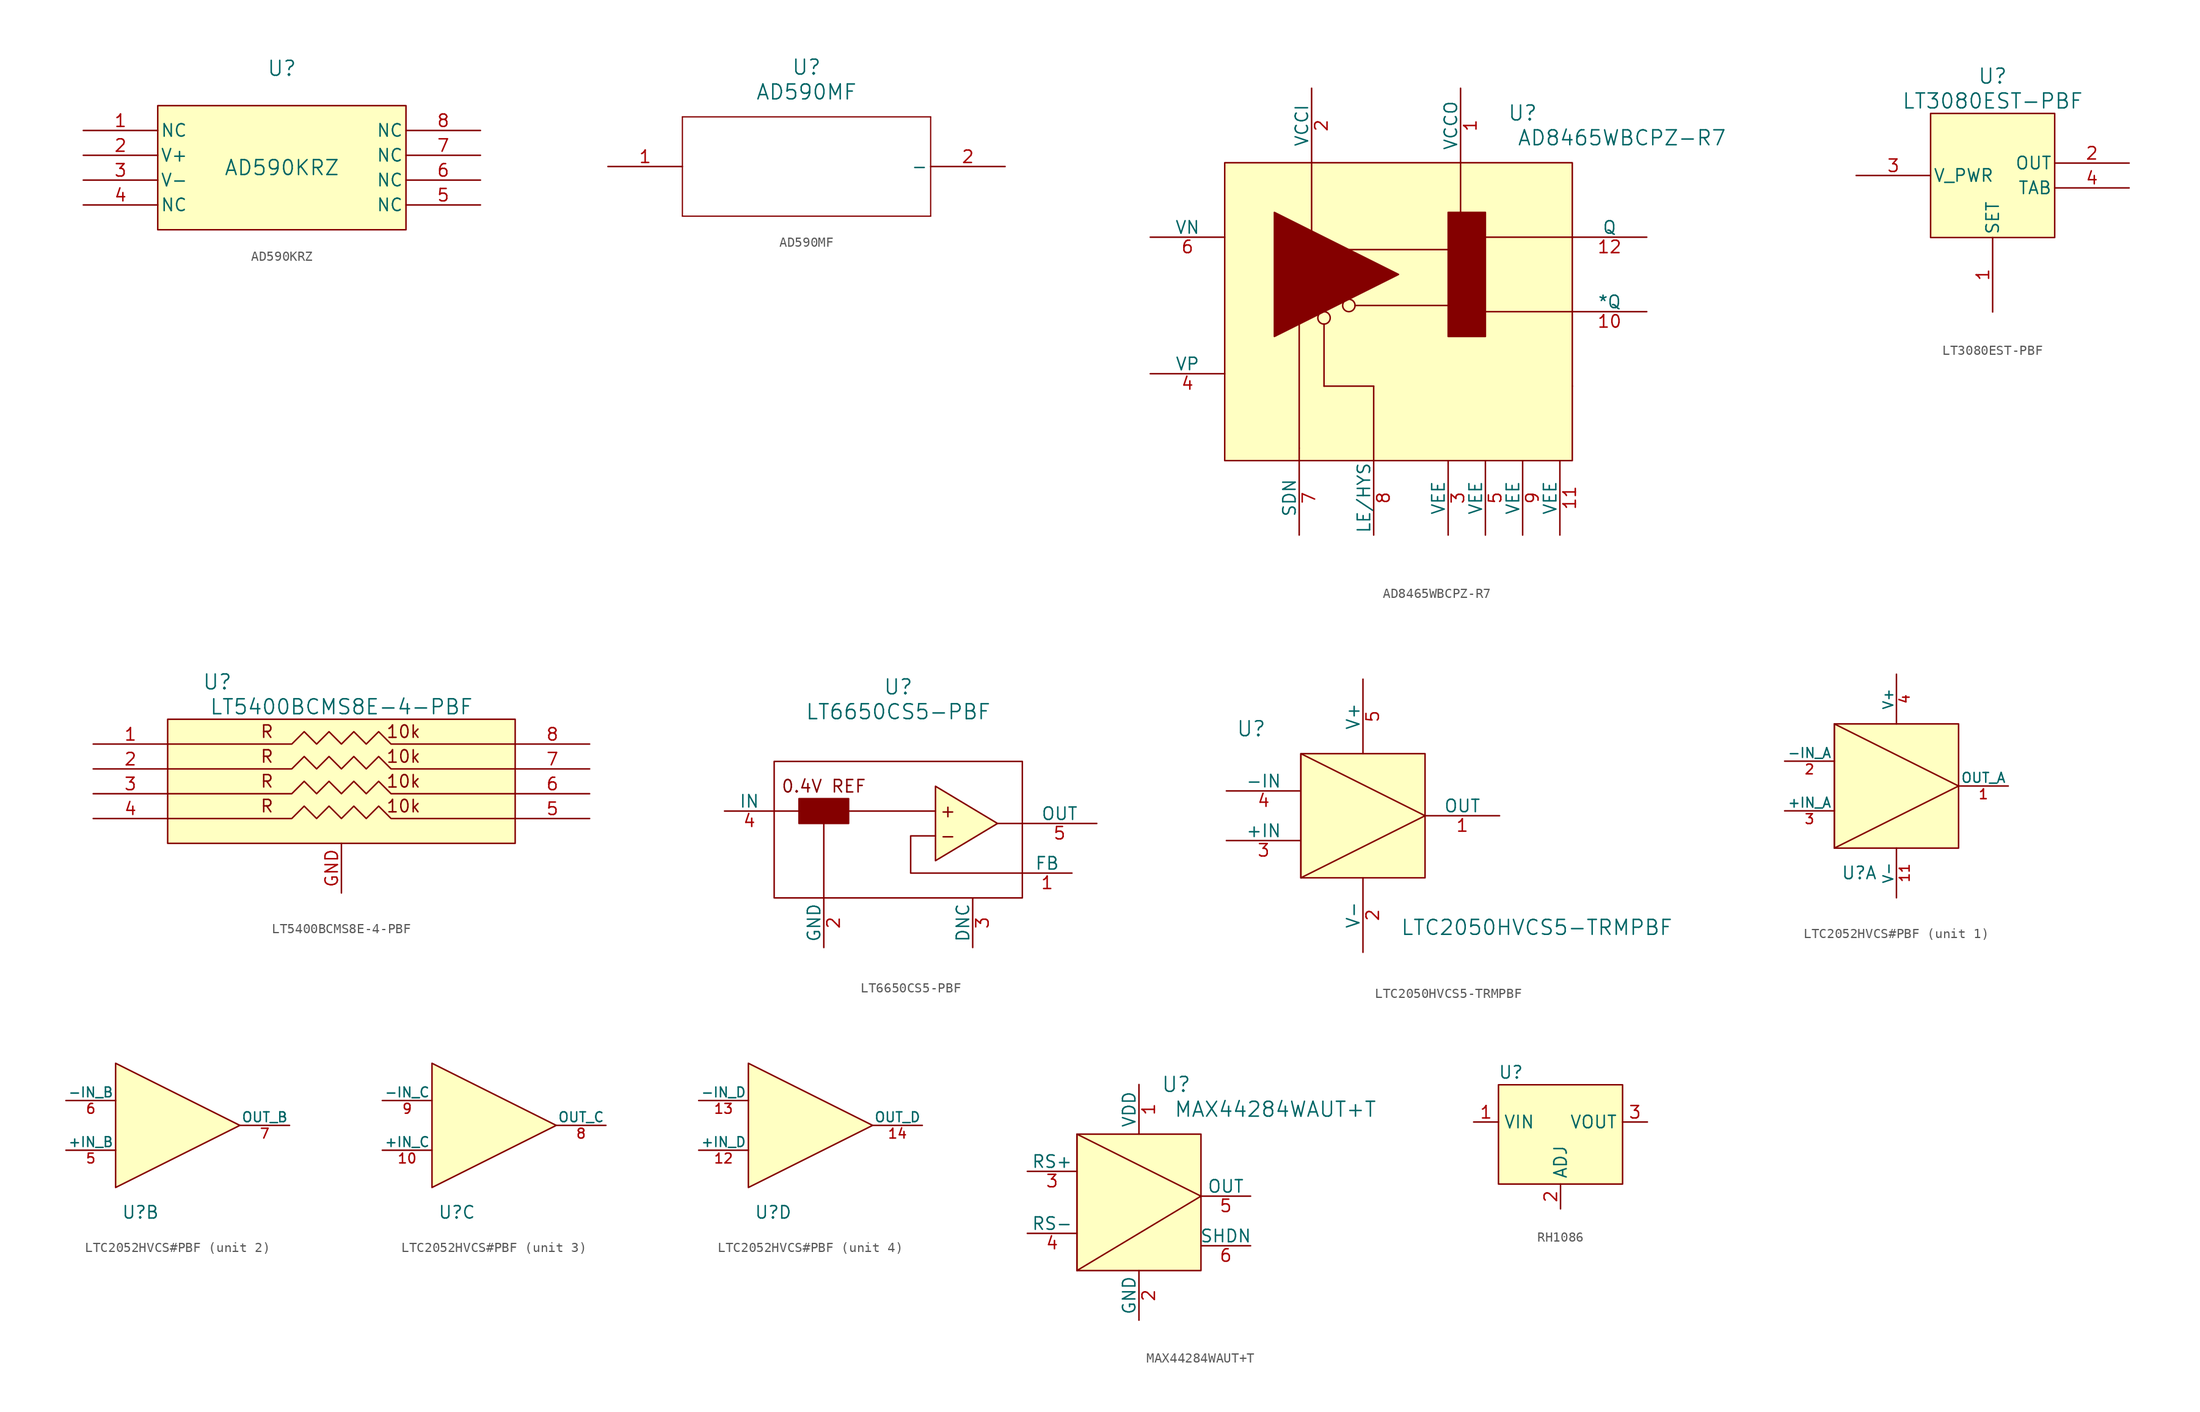
<source format=kicad_sym>
(kicad_symbol_lib
  (version 20220914)
  (generator kicad_symbol_editor)
  (symbol "AD590KRZ"
    (pin_names
      (offset 0.254))
    (property "Reference" "U"
      (at 20.32 6.35 0)
      (effects (font (size 1.524 1.524))))
    (property "Value" "AD590KRZ"
      (at 20.32 -3.81 0)
      (effects (font (size 1.524 1.524))))
    (property "ki_locked" ""
      (at 0 0 0)
      (effects (font (size 1.27 1.27))))
    (symbol "AD590KRZ_0_1"
      (pin unspecified line (at 0 0 0) (length 7.62) (name "NC" (effects (font (size 1.27 1.27)))) (number "1" (effects (font (size 1.27 1.27)))))
      (pin unspecified line (at 0 -2.54 0) (length 7.62) (name "V+" (effects (font (size 1.27 1.27)))) (number "2" (effects (font (size 1.27 1.27)))))
      (pin unspecified line (at 0 -5.08 0) (length 7.62) (name "V-" (effects (font (size 1.27 1.27)))) (number "3" (effects (font (size 1.27 1.27)))))
      (pin unspecified line (at 0 -7.62 0) (length 7.62) (name "NC" (effects (font (size 1.27 1.27)))) (number "4" (effects (font (size 1.27 1.27)))))
      (pin unspecified line (at 40.64 -7.62 180) (length 7.62) (name "NC" (effects (font (size 1.27 1.27)))) (number "5" (effects (font (size 1.27 1.27)))))
      (pin unspecified line (at 40.64 -5.08 180) (length 7.62) (name "NC" (effects (font (size 1.27 1.27)))) (number "6" (effects (font (size 1.27 1.27)))))
      (pin unspecified line (at 40.64 -2.54 180) (length 7.62) (name "NC" (effects (font (size 1.27 1.27)))) (number "7" (effects (font (size 1.27 1.27)))))
      (pin unspecified line (at 40.64 0 180) (length 7.62) (name "NC" (effects (font (size 1.27 1.27)))) (number "8" (effects (font (size 1.27 1.27))))))
    (symbol "AD590KRZ_1_1"
      (rectangle (start 7.62 2.54) (end 33.02 -10.16) (stroke (width 0) (type default)) (fill (type background)))))
  (symbol "AD590MF"
    (pin_names
      (offset 0.254))
    (property "Reference" "U"
      (at 20.32 10.16 0)
      (effects (font (size 1.524 1.524))))
    (property "Value" "AD590MF"
      (at 20.32 7.62 0)
      (effects (font (size 1.524 1.524))))
    (property "ki_locked" ""
      (at 0 0 0)
      (effects (font (size 1.27 1.27))))
    (symbol "AD590MF_0_1"
      (polyline (pts (xy 7.62 -5.08) (xy 33.02 -5.08)) (stroke (width 0.127) (type default)) (fill (type none)))
      (polyline (pts (xy 7.62 5.08) (xy 7.62 -5.08)) (stroke (width 0.127) (type default)) (fill (type none)))
      (polyline (pts (xy 33.02 -5.08) (xy 33.02 5.08)) (stroke (width 0.127) (type default)) (fill (type none)))
      (polyline (pts (xy 33.02 5.08) (xy 7.62 5.08)) (stroke (width 0.127) (type default)) (fill (type none)))
      (pin unspecified line (at 0 0 0) (length 7.62) (name "" (effects (font (size 1.27 1.27)))) (number "1" (effects (font (size 1.27 1.27)))))
      (pin unspecified line (at 40.64 0 180) (length 7.62) (name "-" (effects (font (size 1.27 1.27)))) (number "2" (effects (font (size 1.27 1.27)))))))
  (symbol "AD8465WBCPZ-R7"
    (pin_names
      (offset 0))
    (property "Reference" "U"
      (at 38.1 10.16 0)
      (effects (font (size 1.524 1.524))))
    (property "Value" "AD8465WBCPZ-R7"
      (at 48.26 7.62 0)
      (effects (font (size 1.524 1.524))))
    (symbol "AD8465WBCPZ-R7_0_1"
      (polyline (pts (xy 16.51 5.08) (xy 16.51 -1.905)) (stroke (width 0) (type default)) (fill (type none)))
      (polyline (pts (xy 17.78 -17.78) (xy 22.86 -17.78)) (stroke (width 0) (type default)) (fill (type none)))
      (polyline (pts (xy 17.78 -11.43) (xy 17.78 -17.78)) (stroke (width 0) (type default)) (fill (type none)))
      (polyline (pts (xy 22.86 -17.78) (xy 22.86 -25.4)) (stroke (width 0) (type default)) (fill (type none)))
      (polyline (pts (xy 31.75 5.08) (xy 31.75 0)) (stroke (width 0) (type default)) (fill (type none)))
      (rectangle (start 7.62 5.08) (end 43.18 -25.4) (stroke (width 0) (type default)) (fill (type background)))
      (rectangle (start 43.18 -17.78) (end 43.18 -17.78) (stroke (width 0) (type default)) (fill (type none)))
      (pin unspecified line (at 31.75 12.7 270) (length 7.62) (name "VCCO" (effects (font (size 1.27 1.27)))) (number "1" (effects (font (size 1.27 1.27)))))
      (pin unspecified line (at 50.8 -10.16 180) (length 7.62) (name "*Q" (effects (font (size 1.27 1.27)))) (number "10" (effects (font (size 1.27 1.27)))))
      (pin unspecified line (at 41.91 -33.02 90) (length 7.62) (name "VEE" (effects (font (size 1.27 1.27)))) (number "11" (effects (font (size 1.27 1.27)))))
      (pin unspecified line (at 50.8 -2.54 180) (length 7.62) (name "Q" (effects (font (size 1.27 1.27)))) (number "12" (effects (font (size 1.27 1.27)))))
      (pin unspecified line (at 16.51 12.7 270) (length 7.62) (name "VCCI" (effects (font (size 1.27 1.27)))) (number "2" (effects (font (size 1.27 1.27)))))
      (pin unspecified line (at 30.48 -33.02 90) (length 7.62) (name "VEE" (effects (font (size 1.27 1.27)))) (number "3" (effects (font (size 1.27 1.27)))))
      (pin unspecified line (at 0 -16.51 0) (length 7.62) (name "VP" (effects (font (size 1.27 1.27)))) (number "4" (effects (font (size 1.27 1.27)))))
      (pin unspecified line (at 34.29 -33.02 90) (length 7.62) (name "VEE" (effects (font (size 1.27 1.27)))) (number "5" (effects (font (size 1.27 1.27)))))
      (pin unspecified line (at 0 -2.54 0) (length 7.62) (name "VN" (effects (font (size 1.27 1.27)))) (number "6" (effects (font (size 1.27 1.27)))))
      (pin unspecified line (at 15.24 -33.02 90) (length 7.62) (name "SDN" (effects (font (size 1.27 1.27)))) (number "7" (effects (font (size 1.27 1.27)))))
      (pin unspecified line (at 22.86 -33.02 90) (length 7.62) (name "LE/HYS" (effects (font (size 1.27 1.27)))) (number "8" (effects (font (size 1.27 1.27)))))
      (pin unspecified line (at 38.1 -33.02 90) (length 7.62) (name "VEE" (effects (font (size 1.27 1.27)))) (number "9" (effects (font (size 1.27 1.27))))))
    (symbol "AD8465WBCPZ-R7_1_1"
      (polyline (pts (xy 15.24 -24.13) (xy 15.24 -25.4)) (stroke (width 0) (type default)) (fill (type none)))
      (polyline (pts (xy 15.24 -11.43) (xy 15.24 -24.13)) (stroke (width 0) (type default)) (fill (type none)))
      (polyline (pts (xy 20.32 -3.81) (xy 30.48 -3.81)) (stroke (width 0) (type default)) (fill (type none)))
      (polyline (pts (xy 20.955 -9.525) (xy 30.48 -9.525)) (stroke (width 0) (type default)) (fill (type none)))
      (polyline (pts (xy 43.18 -10.16) (xy 34.29 -10.16)) (stroke (width 0) (type default)) (fill (type none)))
      (polyline (pts (xy 43.18 -2.54) (xy 34.29 -2.54)) (stroke (width 0) (type default)) (fill (type none)))
      (polyline (pts (xy 12.7 0) (xy 25.4 -6.35) (xy 12.7 -12.7) (xy 12.7 0)) (stroke (width 0) (type default)) (fill (type outline)))
      (circle (center 17.78 -10.795) (radius 0.635) (stroke (width 0) (type default)) (fill (type none)))
      (circle (center 20.32 -9.525) (radius 0.635) (stroke (width 0) (type default)) (fill (type none)))
      (rectangle (start 30.48 0) (end 34.29 -12.7) (stroke (width 0) (type default)) (fill (type outline)))))
  (symbol "LT3080EST-PBF"
    (pin_names
      (offset 0.254))
    (property "Reference" "U"
      (at 6.35 16.51 0)
      (effects (font (size 1.524 1.524))))
    (property "Value" "LT3080EST-PBF"
      (at 6.35 13.97 0)
      (effects (font (size 1.524 1.524))))
    (property "ki_locked" ""
      (at 0 0 0)
      (effects (font (size 1.27 1.27))))
    (symbol "LT3080EST-PBF_0_1"
      (pin input line (at 6.35 -7.62 90) (length 7.62) (name "SET" (effects (font (size 1.27 1.27)))) (number "1" (effects (font (size 1.27 1.27)))))
      (pin output line (at 20.32 7.62 180) (length 7.62) (name "OUT" (effects (font (size 1.27 1.27)))) (number "2" (effects (font (size 1.27 1.27)))))
      (pin power_in line (at -7.62 6.35 0) (length 7.62) (name "V_PWR" (effects (font (size 1.27 1.27)))) (number "3" (effects (font (size 1.27 1.27))))))
    (symbol "LT3080EST-PBF_1_1"
      (rectangle (start 0 12.7) (end 12.7 0) (stroke (width 0) (type default)) (fill (type background)))
      (pin input line (at 20.32 5.08 180) (length 7.62) (name "TAB" (effects (font (size 1.27 1.27)))) (number "4" (effects (font (size 1.27 1.27)))))))
  (symbol "LT5400BCMS8E-4-PBF"
    (pin_names
      (offset 0.254))
    (property "Reference" "U"
      (at 12.7 6.35 0)
      (effects (font (size 1.524 1.524))))
    (property "Value" "LT5400BCMS8E-4-PBF"
      (at 25.4 3.81 0)
      (effects (font (size 1.524 1.524))))
    (property "ki_locked" ""
      (at 0 0 0)
      (effects (font (size 1.27 1.27))))
    (symbol "LT5400BCMS8E-4-PBF_0_1"
      (pin unspecified line (at 0 0 0) (length 7.62) (name "" (effects (font (size 1.27 1.27)))) (number "1" (effects (font (size 1.27 1.27)))))
      (pin unspecified line (at 0 -2.54 0) (length 7.62) (name "" (effects (font (size 1.27 1.27)))) (number "2" (effects (font (size 1.27 1.27)))))
      (pin unspecified line (at 0 -5.08 0) (length 7.62) (name "" (effects (font (size 1.27 1.27)))) (number "3" (effects (font (size 1.27 1.27)))))
      (pin unspecified line (at 0 -7.62 0) (length 7.62) (name "" (effects (font (size 1.27 1.27)))) (number "4" (effects (font (size 1.27 1.27)))))
      (pin unspecified line (at 50.8 -7.62 180) (length 7.62) (name "" (effects (font (size 1.27 1.27)))) (number "5" (effects (font (size 1.27 1.27)))))
      (pin unspecified line (at 50.8 -5.08 180) (length 7.62) (name "" (effects (font (size 1.27 1.27)))) (number "6" (effects (font (size 1.27 1.27)))))
      (pin unspecified line (at 50.8 -2.54 180) (length 7.62) (name "" (effects (font (size 1.27 1.27)))) (number "7" (effects (font (size 1.27 1.27)))))
      (pin unspecified line (at 50.8 0 180) (length 7.62) (name "" (effects (font (size 1.27 1.27)))) (number "8" (effects (font (size 1.27 1.27))))))
    (symbol "LT5400BCMS8E-4-PBF_1_1"
      (polyline (pts (xy 7.62 -7.62) (xy 20.32 -7.62) (xy 21.59 -6.35) (xy 22.86 -7.62) (xy 24.13 -6.35) (xy 25.4 -7.62) (xy 26.67 -6.35) (xy 27.94 -7.62) (xy 29.21 -6.35) (xy 30.48 -7.62) (xy 43.18 -7.62)) (stroke (width 0) (type default)) (fill (type none)))
      (polyline (pts (xy 7.62 -5.08) (xy 20.32 -5.08) (xy 21.59 -3.81) (xy 22.86 -5.08) (xy 24.13 -3.81) (xy 25.4 -5.08) (xy 26.67 -3.81) (xy 27.94 -5.08) (xy 29.21 -3.81) (xy 30.48 -5.08) (xy 43.18 -5.08)) (stroke (width 0) (type default)) (fill (type none)))
      (polyline (pts (xy 7.62 -2.54) (xy 20.32 -2.54) (xy 21.59 -1.27) (xy 22.86 -2.54) (xy 24.13 -1.27) (xy 25.4 -2.54) (xy 26.67 -1.27) (xy 27.94 -2.54) (xy 29.21 -1.27) (xy 30.48 -2.54) (xy 43.18 -2.54)) (stroke (width 0) (type default)) (fill (type none)))
      (polyline (pts (xy 7.62 0) (xy 20.32 0) (xy 21.59 1.27) (xy 22.86 0) (xy 24.13 1.27) (xy 25.4 0) (xy 26.67 1.27) (xy 27.94 0) (xy 29.21 1.27) (xy 30.48 0) (xy 43.18 0)) (stroke (width 0) (type default)) (fill (type none)))
      (rectangle (start 7.62 2.54) (end 43.18 -10.16) (stroke (width 0) (type default)) (fill (type background)))
      (text "10k" (at 31.75 -6.35 0) (effects (font (size 1.27 1.27))))
      (text "10k" (at 31.75 -3.81 0) (effects (font (size 1.27 1.27))))
      (text "10k" (at 31.75 -1.27 0) (effects (font (size 1.27 1.27))))
      (text "10k" (at 31.75 1.27 0) (effects (font (size 1.27 1.27))))
      (text "R" (at 17.78 -6.35 0) (effects (font (size 1.27 1.27))))
      (text "R" (at 17.78 -3.81 0) (effects (font (size 1.27 1.27))))
      (text "R" (at 17.78 -1.27 0) (effects (font (size 1.27 1.27))))
      (text "R" (at 17.78 1.27 0) (effects (font (size 1.27 1.27))))
      (pin input line (at 25.4 -15.24 90) (length 5.08) (name "" (effects (font (size 1.27 1.27)))) (number "GND" (effects (font (size 1.27 1.27)))))))
  (symbol "LT6650CS5-PBF"
    (pin_names
      (offset 0))
    (property "Reference" "U"
      (at 20.32 10.16 0)
      (effects (font (size 1.524 1.524))))
    (property "Value" "LT6650CS5-PBF"
      (at 20.32 7.62 0)
      (effects (font (size 1.524 1.524))))
    (symbol "LT6650CS5-PBF_0_1"
      (polyline (pts (xy 7.62 -2.54) (xy 10.16 -2.54)) (stroke (width 0) (type default)) (fill (type none)))
      (polyline (pts (xy 12.7 -11.43) (xy 12.7 -3.81)) (stroke (width 0) (type default)) (fill (type none)))
      (polyline (pts (xy 24.13 -2.54) (xy 15.24 -2.54)) (stroke (width 0) (type default)) (fill (type none)))
      (polyline (pts (xy 30.48 -3.81) (xy 33.02 -3.81)) (stroke (width 0) (type default)) (fill (type none)))
      (polyline (pts (xy 24.13 0) (xy 24.13 -7.62) (xy 30.48 -3.81) (xy 24.13 0)) (stroke (width 0) (type default)) (fill (type background)))
      (polyline (pts (xy 33.02 -8.89) (xy 21.59 -8.89) (xy 21.59 -5.08) (xy 24.13 -5.08)) (stroke (width 0) (type default)) (fill (type none)))
      (rectangle (start 7.62 2.54) (end 33.02 -11.43) (stroke (width 0) (type default)) (fill (type none)))
      (rectangle (start 10.16 -1.27) (end 15.24 -3.81) (stroke (width 0) (type default)) (fill (type outline)))
      (text "+" (at 25.4 -2.54 0) (effects (font (size 1.27 1.27))))
      (text "-" (at 25.4 -5.08 0) (effects (font (size 1.27 1.27))))
      (text "0.4V REF" (at 12.7 0 0) (effects (font (size 1.27 1.27))))
      (pin unspecified line (at 38.1 -8.89 180) (length 5.08) (name "FB" (effects (font (size 1.27 1.27)))) (number "1" (effects (font (size 1.27 1.27)))))
      (pin power_in line (at 12.7 -16.51 90) (length 5.08) (name "GND" (effects (font (size 1.27 1.27)))) (number "2" (effects (font (size 1.27 1.27)))))
      (pin passive line (at 27.94 -16.51 90) (length 5.08) (name "DNC" (effects (font (size 1.27 1.27)))) (number "3" (effects (font (size 1.27 1.27)))))
      (pin input line (at 2.54 -2.54 0) (length 5.08) (name "IN" (effects (font (size 1.27 1.27)))) (number "4" (effects (font (size 1.27 1.27)))))
      (pin output line (at 40.64 -3.81 180) (length 7.62) (name "OUT" (effects (font (size 1.27 1.27)))) (number "5" (effects (font (size 1.27 1.27)))))))
  (symbol "LTC2050HVCS5-TRMPBF"
    (pin_names
      (offset 0))
    (property "Reference" "U"
      (at 7.62 15.24 0)
      (effects (font (size 1.524 1.524))))
    (property "Value" "LTC2050HVCS5-TRMPBF"
      (at 36.83 -5.08 0)
      (effects (font (size 1.524 1.524))))
    (symbol "LTC2050HVCS5-TRMPBF_0_1"
      (pin output line (at 33.02 6.35 180) (length 7.62) (name "OUT" (effects (font (size 1.27 1.27)))) (number "1" (effects (font (size 1.27 1.27)))))
      (pin power_in line (at 19.05 -7.62 90) (length 7.62) (name "V-" (effects (font (size 1.27 1.27)))) (number "2" (effects (font (size 1.27 1.27)))))
      (pin input line (at 5.08 3.81 0) (length 7.62) (name "+IN" (effects (font (size 1.27 1.27)))) (number "3" (effects (font (size 1.27 1.27)))))
      (pin input line (at 5.08 8.89 0) (length 7.62) (name "-IN" (effects (font (size 1.27 1.27)))) (number "4" (effects (font (size 1.27 1.27)))))
      (pin power_in line (at 19.05 20.32 270) (length 7.62) (name "V+" (effects (font (size 1.27 1.27)))) (number "5" (effects (font (size 1.27 1.27))))))
    (symbol "LTC2050HVCS5-TRMPBF_1_1"
      (polyline (pts (xy 12.7 12.7) (xy 12.7 0) (xy 25.4 6.35) (xy 12.7 12.7)) (stroke (width 0) (type default)) (fill (type none)))
      (rectangle (start 12.7 12.7) (end 25.4 0) (stroke (width 0) (type default)) (fill (type background)))))
  (symbol "LTC2052HVCS#PBF"
    (pin_names
      (offset 0))
    (property "Reference" "U"
      (at 2.54 -2.54 0)
      (effects (font (size 1.27 1.27))))
    (property "Value" ""
      (at 0 0 0)
      (effects (font (size 1.27 1.27))))
    (property "ki_locked" ""
      (at 0 0 0)
      (effects (font (size 1.27 1.27))))
    (symbol "LTC2052HVCS#PBF_1_1"
      (polyline (pts (xy 0 0) (xy 0 12.7) (xy 12.7 6.35) (xy 0 0)) (stroke (width 0) (type default)) (fill (type none)))
      (rectangle (start 0 12.7) (end 12.7 0) (stroke (width 0) (type default)) (fill (type background)))
      (pin output line (at 17.78 6.35 180) (length 5.08) (name "OUT_A" (effects (font (size 1 1)))) (number "1" (effects (font (size 1 1)))))
      (pin input line (at 6.35 -5.08 90) (length 5.08) (name "V-" (effects (font (size 1 1)))) (number "11" (effects (font (size 1 1)))))
      (pin input line (at -5.08 8.89 0) (length 5.08) (name "-IN_A" (effects (font (size 1 1)))) (number "2" (effects (font (size 1 1)))))
      (pin input line (at -5.08 3.81 0) (length 5.08) (name "+IN_A" (effects (font (size 1 1)))) (number "3" (effects (font (size 1 1)))))
      (pin power_in line (at 6.35 17.78 270) (length 5.08) (name "V+" (effects (font (size 1 1)))) (number "4" (effects (font (size 1 1))))))
    (symbol "LTC2052HVCS#PBF_2_1"
      (polyline (pts (xy 0 12.7) (xy 12.7 6.35) (xy 0 0) (xy 0 12.7)) (stroke (width 0) (type default)) (fill (type background)))
      (pin input line (at -5.08 3.81 0) (length 5.08) (name "+IN_B" (effects (font (size 1 1)))) (number "5" (effects (font (size 1 1)))))
      (pin input line (at -5.08 8.89 0) (length 5.08) (name "-IN_B" (effects (font (size 1 1)))) (number "6" (effects (font (size 1 1)))))
      (pin output line (at 17.78 6.35 180) (length 5.08) (name "OUT_B" (effects (font (size 1 1)))) (number "7" (effects (font (size 1 1))))))
    (symbol "LTC2052HVCS#PBF_3_1"
      (polyline (pts (xy 0 12.7) (xy 12.7 6.35) (xy 0 0) (xy 0 12.7)) (stroke (width 0) (type default)) (fill (type background)))
      (pin input line (at -5.08 3.81 0) (length 5.08) (name "+IN_C" (effects (font (size 1 1)))) (number "10" (effects (font (size 1 1)))))
      (pin output line (at 17.78 6.35 180) (length 5.08) (name "OUT_C" (effects (font (size 1 1)))) (number "8" (effects (font (size 1 1)))))
      (pin input line (at -5.08 8.89 0) (length 5.08) (name "-IN_C" (effects (font (size 1 1)))) (number "9" (effects (font (size 1 1))))))
    (symbol "LTC2052HVCS#PBF_4_1"
      (polyline (pts (xy 0 12.7) (xy 12.7 6.35) (xy 0 0) (xy 0 12.7)) (stroke (width 0) (type default)) (fill (type background)))
      (pin input line (at -5.08 3.81 0) (length 5.08) (name "+IN_D" (effects (font (size 1 1)))) (number "12" (effects (font (size 1 1)))))
      (pin input line (at -5.08 8.89 0) (length 5.08) (name "-IN_D" (effects (font (size 1 1)))) (number "13" (effects (font (size 1 1)))))
      (pin output line (at 17.78 6.35 180) (length 5.08) (name "OUT_D" (effects (font (size 1 1)))) (number "14" (effects (font (size 1 1)))))))
  (symbol "MAX44284WAUT+T"
    (pin_names
      (offset 0))
    (property "Reference" "U"
      (at 22.86 19.05 0)
      (effects (font (size 1.524 1.524))))
    (property "Value" "MAX44284WAUT+T"
      (at 33.02 16.51 0)
      (effects (font (size 1.524 1.524))))
    (symbol "MAX44284WAUT+T_0_1"
      (pin power_in line (at 19.05 19.05 270) (length 5.08) (name "VDD" (effects (font (size 1.27 1.27)))) (number "1" (effects (font (size 1.27 1.27)))))
      (pin power_out line (at 19.05 -5.08 90) (length 5.08) (name "GND" (effects (font (size 1.27 1.27)))) (number "2" (effects (font (size 1.27 1.27)))))
      (pin unspecified line (at 7.62 10.16 0) (length 5.08) (name "RS+" (effects (font (size 1.27 1.27)))) (number "3" (effects (font (size 1.27 1.27)))))
      (pin unspecified line (at 7.62 3.81 0) (length 5.08) (name "RS-" (effects (font (size 1.27 1.27)))) (number "4" (effects (font (size 1.27 1.27)))))
      (pin output line (at 30.48 7.62 180) (length 5.08) (name "OUT" (effects (font (size 1.27 1.27)))) (number "5" (effects (font (size 1.27 1.27)))))
      (pin unspecified line (at 30.48 2.54 180) (length 5.08) (name "SHDN" (effects (font (size 1.27 1.27)))) (number "6" (effects (font (size 1.27 1.27))))))
    (symbol "MAX44284WAUT+T_1_1"
      (polyline (pts (xy 12.7 13.97) (xy 25.4 7.62) (xy 12.7 0) (xy 12.7 13.97)) (stroke (width 0) (type default)) (fill (type none)))
      (rectangle (start 12.7 13.97) (end 25.4 0) (stroke (width 0) (type default)) (fill (type background)))))
  (symbol "RH1086"
    (property "Reference" "U"
      (at 1.27 11.43 0)
      (effects (font (size 1.27 1.27))))
    (property "Value" ""
      (at 0 0 0)
      (effects (font (size 1.27 1.27))))
    (symbol "RH1086_0_1"
      (rectangle (start 0 10.16) (end 12.7 0) (stroke (width 0) (type default)) (fill (type background))))
    (symbol "RH1086_1_1"
      (pin input line (at -2.54 6.35 0) (length 2.54) (name "VIN" (effects (font (size 1.27 1.27)))) (number "1" (effects (font (size 1.27 1.27)))))
      (pin output line (at 6.35 -2.54 90) (length 2.54) (name "ADJ" (effects (font (size 1.27 1.27)))) (number "2" (effects (font (size 1.27 1.27)))))
      (pin output line (at 15.24 6.35 180) (length 2.54) (name "VOUT" (effects (font (size 1.27 1.27)))) (number "3" (effects (font (size 1.27 1.27))))))))
</source>
